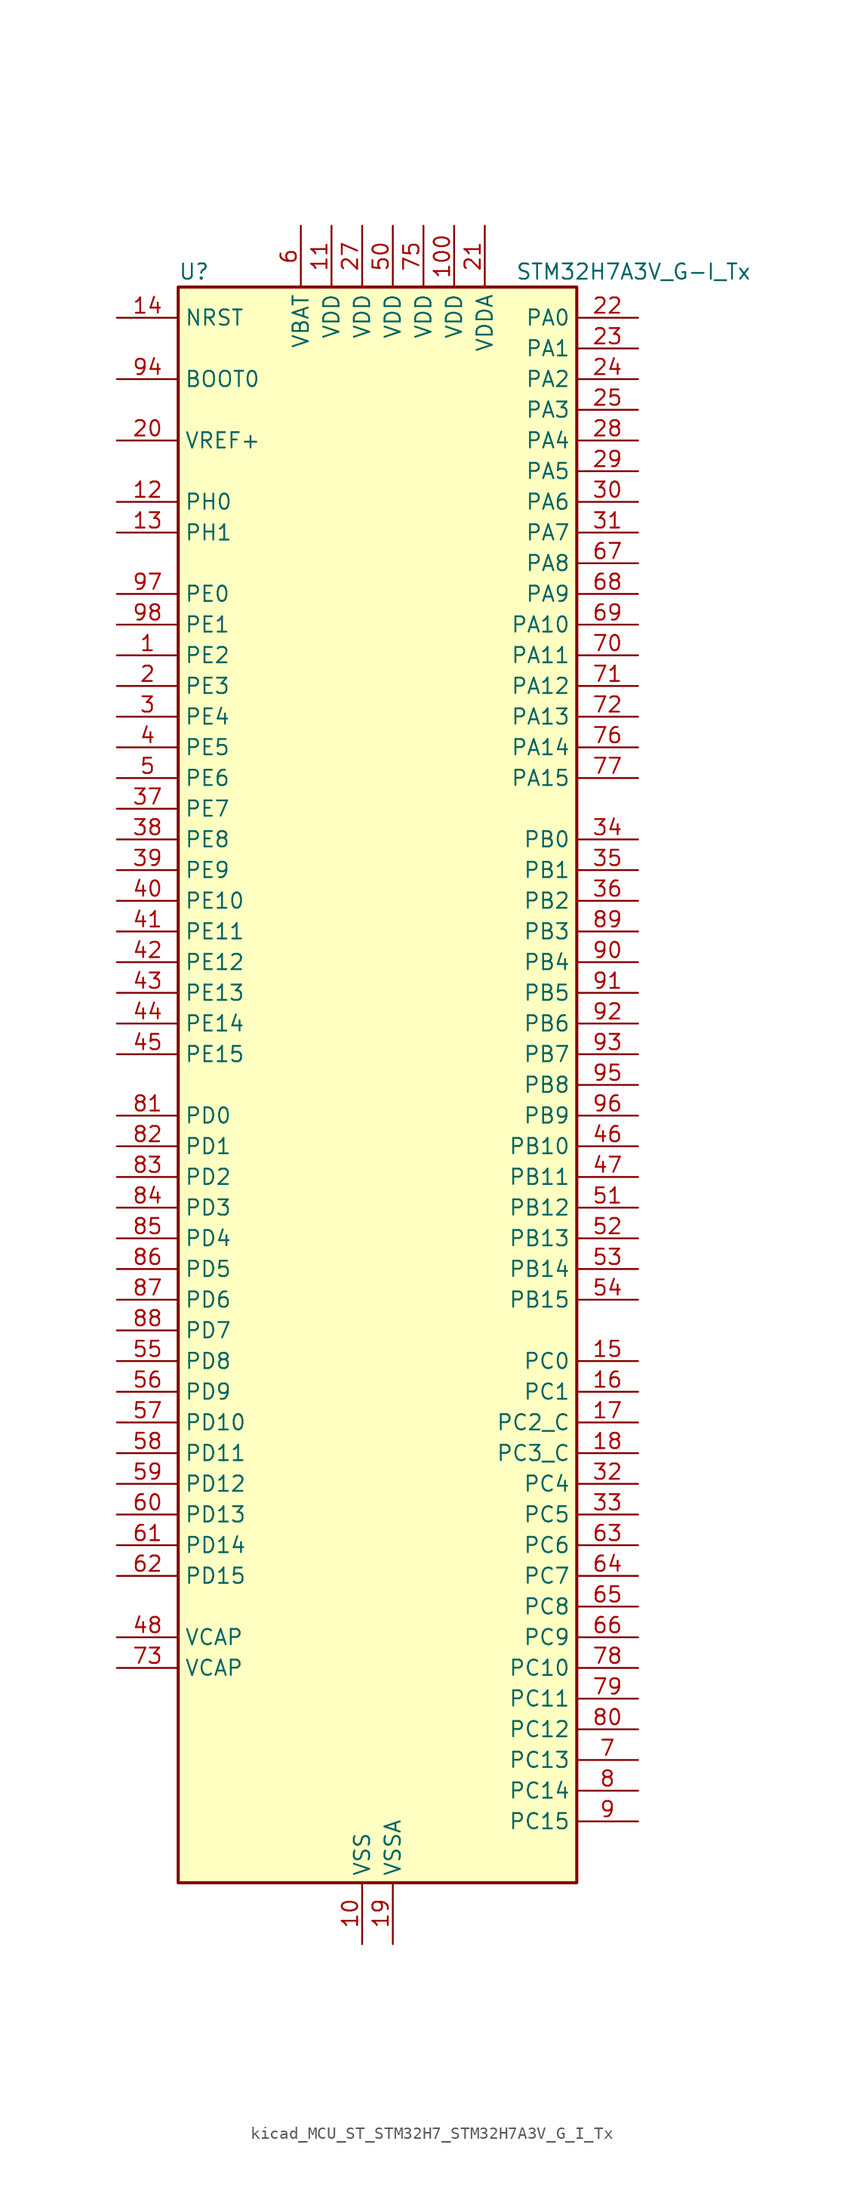
<source format=kicad_sym>
(kicad_symbol_lib
  (version 20220914)
  (generator kicad_symbol_editor)
  (symbol "kicad_MCU_ST_STM32H7_STM32H7A3V_G_I_Tx"
    (property "Reference" "U"
      (at -15.24 67.31 0)
      (effects (font (size 1.27 1.27)) (justify left)))
    (property "Value" "STM32H7A3V_G-I_Tx"
      (at 12.7 67.31 0)
      (effects (font (size 1.27 1.27)) (justify left)))
    (property "ki_locked" ""
      (at 0 0 0)
      (effects (font (size 1.27 1.27))))
    (symbol "kicad_MCU_ST_STM32H7_STM32H7A3V_G_I_Tx_0_1"
      (rectangle (start -15.24 -66.04) (end 17.78 66.04) (stroke (width 0.254) (type default)) (fill (type background))))
    (symbol "kicad_MCU_ST_STM32H7_STM32H7A3V_G_I_Tx_1_1"
      (pin bidirectional line (at -20.32 35.56 0) (length 5.08) (name "PE2" (effects (font (size 1.27 1.27)))) (number "1" (effects (font (size 1.27 1.27)))) (alternate "DEBUG_TRACECLK" bidirectional line) (alternate "FMC_A23" bidirectional line) (alternate "OCTOSPIM_P1_IO2" bidirectional line) (alternate "SAI1_CK1" bidirectional line) (alternate "SAI1_MCLK_A" bidirectional line) (alternate "SPI4_SCK" bidirectional line) (alternate "USART10_RX" bidirectional line))
      (pin power_in line (at 0 -71.12 90) (length 5.08) (name "VSS" (effects (font (size 1.27 1.27)))) (number "10" (effects (font (size 1.27 1.27)))))
      (pin power_in line (at 7.62 71.12 270) (length 5.08) (name "VDD" (effects (font (size 1.27 1.27)))) (number "100" (effects (font (size 1.27 1.27)))))
      (pin power_in line (at -2.54 71.12 270) (length 5.08) (name "VDD" (effects (font (size 1.27 1.27)))) (number "11" (effects (font (size 1.27 1.27)))))
      (pin bidirectional line (at -20.32 48.26 0) (length 5.08) (name "PH0" (effects (font (size 1.27 1.27)))) (number "12" (effects (font (size 1.27 1.27)))) (alternate "RCC_OSC_IN" bidirectional line))
      (pin bidirectional line (at -20.32 45.72 0) (length 5.08) (name "PH1" (effects (font (size 1.27 1.27)))) (number "13" (effects (font (size 1.27 1.27)))) (alternate "RCC_OSC_OUT" bidirectional line))
      (pin input line (at -20.32 63.5 0) (length 5.08) (name "NRST" (effects (font (size 1.27 1.27)))) (number "14" (effects (font (size 1.27 1.27)))))
      (pin bidirectional line (at 22.86 -22.86 180) (length 5.08) (name "PC0" (effects (font (size 1.27 1.27)))) (number "15" (effects (font (size 1.27 1.27)))) (alternate "ADC1_INP10" bidirectional line) (alternate "ADC2_INP10" bidirectional line) (alternate "DFSDM1_CKIN0" bidirectional line) (alternate "DFSDM1_DATIN4" bidirectional line) (alternate "FMC_A25" bidirectional line) (alternate "FMC_SDNWE" bidirectional line) (alternate "LTDC_G2" bidirectional line) (alternate "LTDC_R5" bidirectional line) (alternate "SAI2_FS_B" bidirectional line) (alternate "USB_OTG_HS_ULPI_STP" bidirectional line))
      (pin bidirectional line (at 22.86 -25.4 180) (length 5.08) (name "PC1" (effects (font (size 1.27 1.27)))) (number "16" (effects (font (size 1.27 1.27)))) (alternate "ADC1_INN10" bidirectional line) (alternate "ADC1_INP11" bidirectional line) (alternate "ADC2_INN10" bidirectional line) (alternate "ADC2_INP11" bidirectional line) (alternate "DEBUG_TRACED0" bidirectional line) (alternate "DFSDM1_CKIN4" bidirectional line) (alternate "DFSDM1_DATIN0" bidirectional line) (alternate "I2S2_SDO" bidirectional line) (alternate "LTDC_G5" bidirectional line) (alternate "MDIOS_MDC" bidirectional line) (alternate "OCTOSPIM_P1_IO4" bidirectional line) (alternate "PWR_WKUP6" bidirectional line) (alternate "RTC_TAMP3" bidirectional line) (alternate "SAI1_D1" bidirectional line) (alternate "SAI1_SD_A" bidirectional line) (alternate "SDMMC2_CK" bidirectional line) (alternate "SPI2_MOSI" bidirectional line))
      (pin bidirectional line (at 22.86 -27.94 180) (length 5.08) (name "PC2_C" (effects (font (size 1.27 1.27)))) (number "17" (effects (font (size 1.27 1.27)))) (alternate "ADC2_INN1" bidirectional line) (alternate "ADC2_INP0" bidirectional line) (alternate "DFSDM1_CKIN1" bidirectional line) (alternate "DFSDM1_CKOUT" bidirectional line) (alternate "FMC_SDNE0" bidirectional line) (alternate "I2S2_SDI" bidirectional line) (alternate "OCTOSPIM_P1_IO2" bidirectional line) (alternate "OCTOSPIM_P1_IO5" bidirectional line) (alternate "PWR_CSTOP" bidirectional line) (alternate "SPI2_MISO" bidirectional line) (alternate "USB_OTG_HS_ULPI_DIR" bidirectional line))
      (pin bidirectional line (at 22.86 -30.48 180) (length 5.08) (name "PC3_C" (effects (font (size 1.27 1.27)))) (number "18" (effects (font (size 1.27 1.27)))) (alternate "ADC2_INP1" bidirectional line) (alternate "DFSDM1_DATIN1" bidirectional line) (alternate "FMC_SDCKE0" bidirectional line) (alternate "I2S2_SDO" bidirectional line) (alternate "OCTOSPIM_P1_IO0" bidirectional line) (alternate "OCTOSPIM_P1_IO6" bidirectional line) (alternate "PWR_CSLEEP" bidirectional line) (alternate "SPI2_MOSI" bidirectional line) (alternate "USB_OTG_HS_ULPI_NXT" bidirectional line))
      (pin power_in line (at 2.54 -71.12 90) (length 5.08) (name "VSSA" (effects (font (size 1.27 1.27)))) (number "19" (effects (font (size 1.27 1.27)))))
      (pin bidirectional line (at -20.32 33.02 0) (length 5.08) (name "PE3" (effects (font (size 1.27 1.27)))) (number "2" (effects (font (size 1.27 1.27)))) (alternate "DEBUG_TRACED0" bidirectional line) (alternate "FMC_A19" bidirectional line) (alternate "SAI1_SD_B" bidirectional line) (alternate "TIM15_BKIN" bidirectional line) (alternate "USART10_TX" bidirectional line))
      (pin input line (at -20.32 53.34 0) (length 5.08) (name "VREF+" (effects (font (size 1.27 1.27)))) (number "20" (effects (font (size 1.27 1.27)))) (alternate "VREFBUF_OUT" bidirectional line))
      (pin power_in line (at 10.16 71.12 270) (length 5.08) (name "VDDA" (effects (font (size 1.27 1.27)))) (number "21" (effects (font (size 1.27 1.27)))))
      (pin bidirectional line (at 22.86 63.5 180) (length 5.08) (name "PA0" (effects (font (size 1.27 1.27)))) (number "22" (effects (font (size 1.27 1.27)))) (alternate "ADC1_INP16" bidirectional line) (alternate "I2S6_WS" bidirectional line) (alternate "PWR_WKUP1" bidirectional line) (alternate "SAI2_SD_B" bidirectional line) (alternate "SDMMC2_CMD" bidirectional line) (alternate "SPI6_NSS" bidirectional line) (alternate "TIM15_BKIN" bidirectional line) (alternate "TIM2_CH1" bidirectional line) (alternate "TIM2_ETR" bidirectional line) (alternate "TIM5_CH1" bidirectional line) (alternate "TIM8_ETR" bidirectional line) (alternate "UART4_TX" bidirectional line) (alternate "USART2_CTS" bidirectional line) (alternate "USART2_NSS" bidirectional line))
      (pin bidirectional line (at 22.86 60.96 180) (length 5.08) (name "PA1" (effects (font (size 1.27 1.27)))) (number "23" (effects (font (size 1.27 1.27)))) (alternate "ADC1_INN16" bidirectional line) (alternate "ADC1_INP17" bidirectional line) (alternate "LPTIM3_OUT" bidirectional line) (alternate "LTDC_R2" bidirectional line) (alternate "OCTOSPIM_P1_DQS" bidirectional line) (alternate "OCTOSPIM_P1_IO3" bidirectional line) (alternate "SAI2_MCLK_B" bidirectional line) (alternate "TIM15_CH1N" bidirectional line) (alternate "TIM2_CH2" bidirectional line) (alternate "TIM5_CH2" bidirectional line) (alternate "UART4_RX" bidirectional line) (alternate "USART2_DE" bidirectional line) (alternate "USART2_RTS" bidirectional line))
      (pin bidirectional line (at 22.86 58.42 180) (length 5.08) (name "PA2" (effects (font (size 1.27 1.27)))) (number "24" (effects (font (size 1.27 1.27)))) (alternate "ADC1_INP14" bidirectional line) (alternate "DFSDM2_CKIN1" bidirectional line) (alternate "LTDC_R1" bidirectional line) (alternate "MDIOS_MDIO" bidirectional line) (alternate "PWR_WKUP2" bidirectional line) (alternate "SAI2_SCK_B" bidirectional line) (alternate "TIM15_CH1" bidirectional line) (alternate "TIM2_CH3" bidirectional line) (alternate "TIM5_CH3" bidirectional line) (alternate "USART2_TX" bidirectional line))
      (pin bidirectional line (at 22.86 55.88 180) (length 5.08) (name "PA3" (effects (font (size 1.27 1.27)))) (number "25" (effects (font (size 1.27 1.27)))) (alternate "ADC1_INP15" bidirectional line) (alternate "I2S6_MCK" bidirectional line) (alternate "LTDC_B2" bidirectional line) (alternate "LTDC_B5" bidirectional line) (alternate "OCTOSPIM_P1_CLK" bidirectional line) (alternate "TIM15_CH2" bidirectional line) (alternate "TIM2_CH4" bidirectional line) (alternate "TIM5_CH4" bidirectional line) (alternate "USART2_RX" bidirectional line) (alternate "USB_OTG_HS_ULPI_D0" bidirectional line))
      (pin passive line (at 0 -71.12 90) (length 5.08) hide (name "VSS" (effects (font (size 1.27 1.27)))) (number "26" (effects (font (size 1.27 1.27)))))
      (pin power_in line (at 0 71.12 270) (length 5.08) (name "VDD" (effects (font (size 1.27 1.27)))) (number "27" (effects (font (size 1.27 1.27)))))
      (pin bidirectional line (at 22.86 53.34 180) (length 5.08) (name "PA4" (effects (font (size 1.27 1.27)))) (number "28" (effects (font (size 1.27 1.27)))) (alternate "ADC1_INP18" bidirectional line) (alternate "DAC1_OUT1" bidirectional line) (alternate "DCMI_HSYNC" bidirectional line) (alternate "I2S1_WS" bidirectional line) (alternate "I2S3_WS" bidirectional line) (alternate "I2S6_WS" bidirectional line) (alternate "LTDC_VSYNC" bidirectional line) (alternate "PSSI_DE" bidirectional line) (alternate "SPI1_NSS" bidirectional line) (alternate "SPI3_NSS" bidirectional line) (alternate "SPI6_NSS" bidirectional line) (alternate "TIM5_ETR" bidirectional line) (alternate "USART2_CK" bidirectional line))
      (pin bidirectional line (at 22.86 50.8 180) (length 5.08) (name "PA5" (effects (font (size 1.27 1.27)))) (number "29" (effects (font (size 1.27 1.27)))) (alternate "ADC1_INN18" bidirectional line) (alternate "ADC1_INP19" bidirectional line) (alternate "DAC1_OUT2" bidirectional line) (alternate "I2S1_CK" bidirectional line) (alternate "I2S6_CK" bidirectional line) (alternate "LTDC_R4" bidirectional line) (alternate "PSSI_D14" bidirectional line) (alternate "PWR_NDSTOP2" bidirectional line) (alternate "SPI1_SCK" bidirectional line) (alternate "SPI6_SCK" bidirectional line) (alternate "TIM2_CH1" bidirectional line) (alternate "TIM2_ETR" bidirectional line) (alternate "TIM8_CH1N" bidirectional line) (alternate "USB_OTG_HS_ULPI_CK" bidirectional line))
      (pin bidirectional line (at -20.32 30.48 0) (length 5.08) (name "PE4" (effects (font (size 1.27 1.27)))) (number "3" (effects (font (size 1.27 1.27)))) (alternate "DCMI_D4" bidirectional line) (alternate "DEBUG_TRACED1" bidirectional line) (alternate "DFSDM1_DATIN3" bidirectional line) (alternate "FMC_A20" bidirectional line) (alternate "LTDC_B0" bidirectional line) (alternate "PSSI_D4" bidirectional line) (alternate "SAI1_D2" bidirectional line) (alternate "SAI1_FS_A" bidirectional line) (alternate "SPI4_NSS" bidirectional line) (alternate "TIM15_CH1N" bidirectional line))
      (pin bidirectional line (at 22.86 48.26 180) (length 5.08) (name "PA6" (effects (font (size 1.27 1.27)))) (number "30" (effects (font (size 1.27 1.27)))) (alternate "ADC1_INP3" bidirectional line) (alternate "ADC2_INP3" bidirectional line) (alternate "DAC2_OUT1" bidirectional line) (alternate "DCMI_PIXCLK" bidirectional line) (alternate "I2S1_SDI" bidirectional line) (alternate "I2S6_SDI" bidirectional line) (alternate "LTDC_G2" bidirectional line) (alternate "MDIOS_MDC" bidirectional line) (alternate "OCTOSPIM_P1_IO3" bidirectional line) (alternate "PSSI_PDCK" bidirectional line) (alternate "SPI1_MISO" bidirectional line) (alternate "SPI6_MISO" bidirectional line) (alternate "TIM13_CH1" bidirectional line) (alternate "TIM1_BKIN" bidirectional line) (alternate "TIM1_BKIN_COMP1" bidirectional line) (alternate "TIM1_BKIN_COMP2" bidirectional line) (alternate "TIM3_CH1" bidirectional line) (alternate "TIM8_BKIN" bidirectional line) (alternate "TIM8_BKIN_COMP1" bidirectional line) (alternate "TIM8_BKIN_COMP2" bidirectional line))
      (pin bidirectional line (at 22.86 45.72 180) (length 5.08) (name "PA7" (effects (font (size 1.27 1.27)))) (number "31" (effects (font (size 1.27 1.27)))) (alternate "ADC1_INN3" bidirectional line) (alternate "ADC1_INP7" bidirectional line) (alternate "ADC2_INN3" bidirectional line) (alternate "ADC2_INP7" bidirectional line) (alternate "DFSDM2_DATIN1" bidirectional line) (alternate "FMC_SDNWE" bidirectional line) (alternate "I2S1_SDO" bidirectional line) (alternate "I2S6_SDO" bidirectional line) (alternate "LTDC_VSYNC" bidirectional line) (alternate "OCTOSPIM_P1_IO2" bidirectional line) (alternate "OPAMP1_VINM" bidirectional line) (alternate "SPI1_MOSI" bidirectional line) (alternate "SPI6_MOSI" bidirectional line) (alternate "TIM14_CH1" bidirectional line) (alternate "TIM1_CH1N" bidirectional line) (alternate "TIM3_CH2" bidirectional line) (alternate "TIM8_CH1N" bidirectional line))
      (pin bidirectional line (at 22.86 -33.02 180) (length 5.08) (name "PC4" (effects (font (size 1.27 1.27)))) (number "32" (effects (font (size 1.27 1.27)))) (alternate "ADC1_INP4" bidirectional line) (alternate "ADC2_INP4" bidirectional line) (alternate "COMP1_INM" bidirectional line) (alternate "DFSDM1_CKIN2" bidirectional line) (alternate "FMC_SDNE0" bidirectional line) (alternate "I2S1_MCK" bidirectional line) (alternate "LTDC_R7" bidirectional line) (alternate "OPAMP1_VOUT" bidirectional line) (alternate "SPDIFRX_IN2" bidirectional line))
      (pin bidirectional line (at 22.86 -35.56 180) (length 5.08) (name "PC5" (effects (font (size 1.27 1.27)))) (number "33" (effects (font (size 1.27 1.27)))) (alternate "ADC1_INN4" bidirectional line) (alternate "ADC1_INP8" bidirectional line) (alternate "ADC2_INN4" bidirectional line) (alternate "ADC2_INP8" bidirectional line) (alternate "COMP1_OUT" bidirectional line) (alternate "DFSDM1_DATIN2" bidirectional line) (alternate "FMC_SDCKE0" bidirectional line) (alternate "LTDC_DE" bidirectional line) (alternate "OCTOSPIM_P1_DQS" bidirectional line) (alternate "OPAMP1_VINM" bidirectional line) (alternate "PSSI_D15" bidirectional line) (alternate "SAI1_D3" bidirectional line) (alternate "SPDIFRX_IN3" bidirectional line))
      (pin bidirectional line (at 22.86 20.32 180) (length 5.08) (name "PB0" (effects (font (size 1.27 1.27)))) (number "34" (effects (font (size 1.27 1.27)))) (alternate "ADC1_INN5" bidirectional line) (alternate "ADC1_INP9" bidirectional line) (alternate "ADC2_INN5" bidirectional line) (alternate "ADC2_INP9" bidirectional line) (alternate "COMP1_INP" bidirectional line) (alternate "DFSDM1_CKOUT" bidirectional line) (alternate "DFSDM2_CKOUT" bidirectional line) (alternate "LTDC_G1" bidirectional line) (alternate "LTDC_R3" bidirectional line) (alternate "OCTOSPIM_P1_IO1" bidirectional line) (alternate "OPAMP1_VINP" bidirectional line) (alternate "TIM1_CH2N" bidirectional line) (alternate "TIM3_CH3" bidirectional line) (alternate "TIM8_CH2N" bidirectional line) (alternate "UART4_CTS" bidirectional line) (alternate "USB_OTG_HS_ULPI_D1" bidirectional line))
      (pin bidirectional line (at 22.86 17.78 180) (length 5.08) (name "PB1" (effects (font (size 1.27 1.27)))) (number "35" (effects (font (size 1.27 1.27)))) (alternate "ADC1_INP5" bidirectional line) (alternate "ADC2_INP5" bidirectional line) (alternate "COMP1_INM" bidirectional line) (alternate "DFSDM1_DATIN1" bidirectional line) (alternate "LTDC_G0" bidirectional line) (alternate "LTDC_R6" bidirectional line) (alternate "OCTOSPIM_P1_IO0" bidirectional line) (alternate "TIM1_CH3N" bidirectional line) (alternate "TIM3_CH4" bidirectional line) (alternate "TIM8_CH3N" bidirectional line) (alternate "USB_OTG_HS_ULPI_D2" bidirectional line))
      (pin bidirectional line (at 22.86 15.24 180) (length 5.08) (name "PB2" (effects (font (size 1.27 1.27)))) (number "36" (effects (font (size 1.27 1.27)))) (alternate "COMP1_INP" bidirectional line) (alternate "DFSDM1_CKIN1" bidirectional line) (alternate "I2S3_SDO" bidirectional line) (alternate "OCTOSPIM_P1_CLK" bidirectional line) (alternate "OCTOSPIM_P1_DQS" bidirectional line) (alternate "RTC_OUT_ALARM" bidirectional line) (alternate "RTC_OUT_CALIB" bidirectional line) (alternate "SAI1_D1" bidirectional line) (alternate "SAI1_SD_A" bidirectional line) (alternate "SPI3_MOSI" bidirectional line))
      (pin bidirectional line (at -20.32 22.86 0) (length 5.08) (name "PE7" (effects (font (size 1.27 1.27)))) (number "37" (effects (font (size 1.27 1.27)))) (alternate "COMP2_INM" bidirectional line) (alternate "DFSDM1_DATIN2" bidirectional line) (alternate "FMC_D4" bidirectional line) (alternate "FMC_DA4" bidirectional line) (alternate "OCTOSPIM_P1_IO4" bidirectional line) (alternate "OPAMP2_VOUT" bidirectional line) (alternate "TIM1_ETR" bidirectional line) (alternate "UART7_RX" bidirectional line))
      (pin bidirectional line (at -20.32 20.32 0) (length 5.08) (name "PE8" (effects (font (size 1.27 1.27)))) (number "38" (effects (font (size 1.27 1.27)))) (alternate "COMP2_OUT" bidirectional line) (alternate "DFSDM1_CKIN2" bidirectional line) (alternate "FMC_D5" bidirectional line) (alternate "FMC_DA5" bidirectional line) (alternate "OCTOSPIM_P1_IO5" bidirectional line) (alternate "OPAMP2_VINM" bidirectional line) (alternate "TIM1_CH1N" bidirectional line) (alternate "UART7_TX" bidirectional line))
      (pin bidirectional line (at -20.32 17.78 0) (length 5.08) (name "PE9" (effects (font (size 1.27 1.27)))) (number "39" (effects (font (size 1.27 1.27)))) (alternate "COMP2_INP" bidirectional line) (alternate "DAC1_EXTI9" bidirectional line) (alternate "DFSDM1_CKOUT" bidirectional line) (alternate "FMC_D6" bidirectional line) (alternate "FMC_DA6" bidirectional line) (alternate "OCTOSPIM_P1_IO6" bidirectional line) (alternate "OPAMP2_VINP" bidirectional line) (alternate "TIM1_CH1" bidirectional line) (alternate "UART7_DE" bidirectional line) (alternate "UART7_RTS" bidirectional line))
      (pin bidirectional line (at -20.32 27.94 0) (length 5.08) (name "PE5" (effects (font (size 1.27 1.27)))) (number "4" (effects (font (size 1.27 1.27)))) (alternate "DCMI_D6" bidirectional line) (alternate "DEBUG_TRACED2" bidirectional line) (alternate "DFSDM1_CKIN3" bidirectional line) (alternate "FMC_A21" bidirectional line) (alternate "LTDC_G0" bidirectional line) (alternate "PSSI_D6" bidirectional line) (alternate "SAI1_CK2" bidirectional line) (alternate "SAI1_SCK_A" bidirectional line) (alternate "SPI4_MISO" bidirectional line) (alternate "TIM15_CH1" bidirectional line))
      (pin bidirectional line (at -20.32 15.24 0) (length 5.08) (name "PE10" (effects (font (size 1.27 1.27)))) (number "40" (effects (font (size 1.27 1.27)))) (alternate "COMP2_INM" bidirectional line) (alternate "DFSDM1_DATIN4" bidirectional line) (alternate "FMC_D7" bidirectional line) (alternate "FMC_DA7" bidirectional line) (alternate "OCTOSPIM_P1_IO7" bidirectional line) (alternate "TIM1_CH2N" bidirectional line) (alternate "UART7_CTS" bidirectional line))
      (pin bidirectional line (at -20.32 12.7 0) (length 5.08) (name "PE11" (effects (font (size 1.27 1.27)))) (number "41" (effects (font (size 1.27 1.27)))) (alternate "ADC1_EXTI11" bidirectional line) (alternate "ADC2_EXTI11" bidirectional line) (alternate "COMP2_INP" bidirectional line) (alternate "DFSDM1_CKIN4" bidirectional line) (alternate "FMC_D8" bidirectional line) (alternate "FMC_DA8" bidirectional line) (alternate "LTDC_G3" bidirectional line) (alternate "OCTOSPIM_P1_NCS" bidirectional line) (alternate "SAI2_SD_B" bidirectional line) (alternate "SPI4_NSS" bidirectional line) (alternate "TIM1_CH2" bidirectional line))
      (pin bidirectional line (at -20.32 10.16 0) (length 5.08) (name "PE12" (effects (font (size 1.27 1.27)))) (number "42" (effects (font (size 1.27 1.27)))) (alternate "COMP1_OUT" bidirectional line) (alternate "DFSDM1_DATIN5" bidirectional line) (alternate "FMC_D9" bidirectional line) (alternate "FMC_DA9" bidirectional line) (alternate "LTDC_B4" bidirectional line) (alternate "SAI2_SCK_B" bidirectional line) (alternate "SPI4_SCK" bidirectional line) (alternate "TIM1_CH3N" bidirectional line))
      (pin bidirectional line (at -20.32 7.62 0) (length 5.08) (name "PE13" (effects (font (size 1.27 1.27)))) (number "43" (effects (font (size 1.27 1.27)))) (alternate "COMP2_OUT" bidirectional line) (alternate "DFSDM1_CKIN5" bidirectional line) (alternate "FMC_D10" bidirectional line) (alternate "FMC_DA10" bidirectional line) (alternate "LTDC_DE" bidirectional line) (alternate "SAI2_FS_B" bidirectional line) (alternate "SPI4_MISO" bidirectional line) (alternate "TIM1_CH3" bidirectional line))
      (pin bidirectional line (at -20.32 5.08 0) (length 5.08) (name "PE14" (effects (font (size 1.27 1.27)))) (number "44" (effects (font (size 1.27 1.27)))) (alternate "FMC_D11" bidirectional line) (alternate "FMC_DA11" bidirectional line) (alternate "LTDC_CLK" bidirectional line) (alternate "SAI2_MCLK_B" bidirectional line) (alternate "SPI4_MOSI" bidirectional line) (alternate "TIM1_CH4" bidirectional line))
      (pin bidirectional line (at -20.32 2.54 0) (length 5.08) (name "PE15" (effects (font (size 1.27 1.27)))) (number "45" (effects (font (size 1.27 1.27)))) (alternate "ADC1_EXTI15" bidirectional line) (alternate "ADC2_EXTI15" bidirectional line) (alternate "FMC_D12" bidirectional line) (alternate "FMC_DA12" bidirectional line) (alternate "LTDC_R7" bidirectional line) (alternate "TIM1_BKIN" bidirectional line) (alternate "TIM1_BKIN_COMP1" bidirectional line) (alternate "TIM1_BKIN_COMP2" bidirectional line) (alternate "USART10_CK" bidirectional line))
      (pin bidirectional line (at 22.86 -5.08 180) (length 5.08) (name "PB10" (effects (font (size 1.27 1.27)))) (number "46" (effects (font (size 1.27 1.27)))) (alternate "DFSDM1_DATIN7" bidirectional line) (alternate "I2C2_SCL" bidirectional line) (alternate "I2S2_CK" bidirectional line) (alternate "LPTIM2_IN1" bidirectional line) (alternate "LTDC_G4" bidirectional line) (alternate "OCTOSPIM_P1_NCS" bidirectional line) (alternate "SPI2_SCK" bidirectional line) (alternate "TIM2_CH3" bidirectional line) (alternate "USART3_TX" bidirectional line) (alternate "USB_OTG_HS_ULPI_D3" bidirectional line))
      (pin bidirectional line (at 22.86 -7.62 180) (length 5.08) (name "PB11" (effects (font (size 1.27 1.27)))) (number "47" (effects (font (size 1.27 1.27)))) (alternate "ADC1_EXTI11" bidirectional line) (alternate "ADC2_EXTI11" bidirectional line) (alternate "DFSDM1_CKIN7" bidirectional line) (alternate "I2C2_SDA" bidirectional line) (alternate "LPTIM2_ETR" bidirectional line) (alternate "LTDC_G5" bidirectional line) (alternate "TIM2_CH4" bidirectional line) (alternate "USART3_RX" bidirectional line) (alternate "USB_OTG_HS_ULPI_D4" bidirectional line))
      (pin power_out line (at -20.32 -45.72 0) (length 5.08) (name "VCAP" (effects (font (size 1.27 1.27)))) (number "48" (effects (font (size 1.27 1.27)))))
      (pin passive line (at 0 -71.12 90) (length 5.08) hide (name "VSS" (effects (font (size 1.27 1.27)))) (number "49" (effects (font (size 1.27 1.27)))))
      (pin bidirectional line (at -20.32 25.4 0) (length 5.08) (name "PE6" (effects (font (size 1.27 1.27)))) (number "5" (effects (font (size 1.27 1.27)))) (alternate "DCMI_D7" bidirectional line) (alternate "DEBUG_TRACED3" bidirectional line) (alternate "FMC_A22" bidirectional line) (alternate "LTDC_G1" bidirectional line) (alternate "PSSI_D7" bidirectional line) (alternate "SAI1_D1" bidirectional line) (alternate "SAI1_SD_A" bidirectional line) (alternate "SAI2_MCLK_B" bidirectional line) (alternate "SPI4_MOSI" bidirectional line) (alternate "TIM15_CH2" bidirectional line) (alternate "TIM1_BKIN2" bidirectional line) (alternate "TIM1_BKIN2_COMP1" bidirectional line) (alternate "TIM1_BKIN2_COMP2" bidirectional line))
      (pin power_in line (at 2.54 71.12 270) (length 5.08) (name "VDD" (effects (font (size 1.27 1.27)))) (number "50" (effects (font (size 1.27 1.27)))))
      (pin bidirectional line (at 22.86 -10.16 180) (length 5.08) (name "PB12" (effects (font (size 1.27 1.27)))) (number "51" (effects (font (size 1.27 1.27)))) (alternate "DFSDM1_DATIN1" bidirectional line) (alternate "DFSDM2_DATIN1" bidirectional line) (alternate "FDCAN2_RX" bidirectional line) (alternate "I2C2_SMBA" bidirectional line) (alternate "I2S2_WS" bidirectional line) (alternate "OCTOSPIM_P1_NCLK" bidirectional line) (alternate "SPI2_NSS" bidirectional line) (alternate "TIM1_BKIN" bidirectional line) (alternate "TIM1_BKIN_COMP1" bidirectional line) (alternate "TIM1_BKIN_COMP2" bidirectional line) (alternate "UART5_RX" bidirectional line) (alternate "USART3_CK" bidirectional line) (alternate "USB_OTG_HS_ULPI_D5" bidirectional line))
      (pin bidirectional line (at 22.86 -12.7 180) (length 5.08) (name "PB13" (effects (font (size 1.27 1.27)))) (number "52" (effects (font (size 1.27 1.27)))) (alternate "DCMI_D2" bidirectional line) (alternate "DFSDM1_CKIN1" bidirectional line) (alternate "DFSDM2_CKIN1" bidirectional line) (alternate "FDCAN2_TX" bidirectional line) (alternate "I2S2_CK" bidirectional line) (alternate "LPTIM2_OUT" bidirectional line) (alternate "PSSI_D2" bidirectional line) (alternate "SDMMC1_D0" bidirectional line) (alternate "SPI2_SCK" bidirectional line) (alternate "TIM1_CH1N" bidirectional line) (alternate "UART5_TX" bidirectional line) (alternate "USART3_CTS" bidirectional line) (alternate "USART3_NSS" bidirectional line) (alternate "USB_OTG_HS_ULPI_D6" bidirectional line))
      (pin bidirectional line (at 22.86 -15.24 180) (length 5.08) (name "PB14" (effects (font (size 1.27 1.27)))) (number "53" (effects (font (size 1.27 1.27)))) (alternate "DFSDM1_DATIN2" bidirectional line) (alternate "I2S2_SDI" bidirectional line) (alternate "LTDC_CLK" bidirectional line) (alternate "SDMMC2_D0" bidirectional line) (alternate "SPI2_MISO" bidirectional line) (alternate "TIM12_CH1" bidirectional line) (alternate "TIM1_CH2N" bidirectional line) (alternate "TIM8_CH2N" bidirectional line) (alternate "UART4_DE" bidirectional line) (alternate "UART4_RTS" bidirectional line) (alternate "USART1_TX" bidirectional line) (alternate "USART3_DE" bidirectional line) (alternate "USART3_RTS" bidirectional line))
      (pin bidirectional line (at 22.86 -17.78 180) (length 5.08) (name "PB15" (effects (font (size 1.27 1.27)))) (number "54" (effects (font (size 1.27 1.27)))) (alternate "ADC1_EXTI15" bidirectional line) (alternate "ADC2_EXTI15" bidirectional line) (alternate "DFSDM1_CKIN2" bidirectional line) (alternate "I2S2_SDO" bidirectional line) (alternate "LTDC_G7" bidirectional line) (alternate "RTC_REFIN" bidirectional line) (alternate "SDMMC2_D1" bidirectional line) (alternate "SPI2_MOSI" bidirectional line) (alternate "TIM12_CH2" bidirectional line) (alternate "TIM1_CH3N" bidirectional line) (alternate "TIM8_CH3N" bidirectional line) (alternate "UART4_CTS" bidirectional line) (alternate "USART1_RX" bidirectional line))
      (pin bidirectional line (at -20.32 -22.86 0) (length 5.08) (name "PD8" (effects (font (size 1.27 1.27)))) (number "55" (effects (font (size 1.27 1.27)))) (alternate "DFSDM1_CKIN3" bidirectional line) (alternate "FMC_D13" bidirectional line) (alternate "FMC_DA13" bidirectional line) (alternate "SPDIFRX_IN1" bidirectional line) (alternate "USART3_TX" bidirectional line))
      (pin bidirectional line (at -20.32 -25.4 0) (length 5.08) (name "PD9" (effects (font (size 1.27 1.27)))) (number "56" (effects (font (size 1.27 1.27)))) (alternate "DAC1_EXTI9" bidirectional line) (alternate "DFSDM1_DATIN3" bidirectional line) (alternate "FMC_D14" bidirectional line) (alternate "FMC_DA14" bidirectional line) (alternate "USART3_RX" bidirectional line))
      (pin bidirectional line (at -20.32 -27.94 0) (length 5.08) (name "PD10" (effects (font (size 1.27 1.27)))) (number "57" (effects (font (size 1.27 1.27)))) (alternate "DFSDM1_CKOUT" bidirectional line) (alternate "DFSDM2_CKOUT" bidirectional line) (alternate "FMC_D15" bidirectional line) (alternate "FMC_DA15" bidirectional line) (alternate "LTDC_B3" bidirectional line) (alternate "USART3_CK" bidirectional line))
      (pin bidirectional line (at -20.32 -30.48 0) (length 5.08) (name "PD11" (effects (font (size 1.27 1.27)))) (number "58" (effects (font (size 1.27 1.27)))) (alternate "ADC1_EXTI11" bidirectional line) (alternate "ADC2_EXTI11" bidirectional line) (alternate "FMC_A16" bidirectional line) (alternate "FMC_CLE" bidirectional line) (alternate "I2C4_SMBA" bidirectional line) (alternate "LPTIM2_IN2" bidirectional line) (alternate "OCTOSPIM_P1_IO0" bidirectional line) (alternate "SAI2_SD_A" bidirectional line) (alternate "USART3_CTS" bidirectional line) (alternate "USART3_NSS" bidirectional line))
      (pin bidirectional line (at -20.32 -33.02 0) (length 5.08) (name "PD12" (effects (font (size 1.27 1.27)))) (number "59" (effects (font (size 1.27 1.27)))) (alternate "DCMI_D12" bidirectional line) (alternate "FMC_A17" bidirectional line) (alternate "FMC_ALE" bidirectional line) (alternate "I2C4_SCL" bidirectional line) (alternate "LPTIM1_IN1" bidirectional line) (alternate "LPTIM2_IN1" bidirectional line) (alternate "OCTOSPIM_P1_IO1" bidirectional line) (alternate "PSSI_D12" bidirectional line) (alternate "SAI2_FS_A" bidirectional line) (alternate "TIM4_CH1" bidirectional line) (alternate "USART3_DE" bidirectional line) (alternate "USART3_RTS" bidirectional line))
      (pin power_in line (at -5.08 71.12 270) (length 5.08) (name "VBAT" (effects (font (size 1.27 1.27)))) (number "6" (effects (font (size 1.27 1.27)))))
      (pin bidirectional line (at -20.32 -35.56 0) (length 5.08) (name "PD13" (effects (font (size 1.27 1.27)))) (number "60" (effects (font (size 1.27 1.27)))) (alternate "DCMI_D13" bidirectional line) (alternate "FMC_A18" bidirectional line) (alternate "I2C4_SDA" bidirectional line) (alternate "LPTIM1_OUT" bidirectional line) (alternate "OCTOSPIM_P1_IO3" bidirectional line) (alternate "PSSI_D13" bidirectional line) (alternate "SAI2_SCK_A" bidirectional line) (alternate "TIM4_CH2" bidirectional line) (alternate "UART9_DE" bidirectional line) (alternate "UART9_RTS" bidirectional line))
      (pin bidirectional line (at -20.32 -38.1 0) (length 5.08) (name "PD14" (effects (font (size 1.27 1.27)))) (number "61" (effects (font (size 1.27 1.27)))) (alternate "FMC_D0" bidirectional line) (alternate "FMC_DA0" bidirectional line) (alternate "TIM4_CH3" bidirectional line) (alternate "UART8_CTS" bidirectional line) (alternate "UART9_RX" bidirectional line))
      (pin bidirectional line (at -20.32 -40.64 0) (length 5.08) (name "PD15" (effects (font (size 1.27 1.27)))) (number "62" (effects (font (size 1.27 1.27)))) (alternate "ADC1_EXTI15" bidirectional line) (alternate "ADC2_EXTI15" bidirectional line) (alternate "FMC_D1" bidirectional line) (alternate "FMC_DA1" bidirectional line) (alternate "TIM4_CH4" bidirectional line) (alternate "UART8_DE" bidirectional line) (alternate "UART8_RTS" bidirectional line) (alternate "UART9_TX" bidirectional line))
      (pin bidirectional line (at 22.86 -38.1 180) (length 5.08) (name "PC6" (effects (font (size 1.27 1.27)))) (number "63" (effects (font (size 1.27 1.27)))) (alternate "DCMI_D0" bidirectional line) (alternate "DFSDM1_CKIN3" bidirectional line) (alternate "FMC_NWAIT" bidirectional line) (alternate "I2S2_MCK" bidirectional line) (alternate "LTDC_HSYNC" bidirectional line) (alternate "PSSI_D0" bidirectional line) (alternate "SDMMC1_D0DIR" bidirectional line) (alternate "SDMMC1_D6" bidirectional line) (alternate "SDMMC2_D6" bidirectional line) (alternate "SWPMI1_IO" bidirectional line) (alternate "TIM3_CH1" bidirectional line) (alternate "TIM8_CH1" bidirectional line) (alternate "USART6_TX" bidirectional line))
      (pin bidirectional line (at 22.86 -40.64 180) (length 5.08) (name "PC7" (effects (font (size 1.27 1.27)))) (number "64" (effects (font (size 1.27 1.27)))) (alternate "DCMI_D1" bidirectional line) (alternate "DEBUG_TRGIO" bidirectional line) (alternate "DFSDM1_DATIN3" bidirectional line) (alternate "FMC_NE1" bidirectional line) (alternate "I2S3_MCK" bidirectional line) (alternate "LTDC_G6" bidirectional line) (alternate "PSSI_D1" bidirectional line) (alternate "SDMMC1_D123DIR" bidirectional line) (alternate "SDMMC1_D7" bidirectional line) (alternate "SDMMC2_D7" bidirectional line) (alternate "SWPMI1_TX" bidirectional line) (alternate "TIM3_CH2" bidirectional line) (alternate "TIM8_CH2" bidirectional line) (alternate "USART6_RX" bidirectional line))
      (pin bidirectional line (at 22.86 -43.18 180) (length 5.08) (name "PC8" (effects (font (size 1.27 1.27)))) (number "65" (effects (font (size 1.27 1.27)))) (alternate "DCMI_D2" bidirectional line) (alternate "DEBUG_TRACED1" bidirectional line) (alternate "FMC_INT" bidirectional line) (alternate "FMC_NCE" bidirectional line) (alternate "FMC_NE2" bidirectional line) (alternate "PSSI_D2" bidirectional line) (alternate "SDMMC1_D0" bidirectional line) (alternate "SWPMI1_RX" bidirectional line) (alternate "TIM3_CH3" bidirectional line) (alternate "TIM8_CH3" bidirectional line) (alternate "UART5_DE" bidirectional line) (alternate "UART5_RTS" bidirectional line) (alternate "USART6_CK" bidirectional line))
      (pin bidirectional line (at 22.86 -45.72 180) (length 5.08) (name "PC9" (effects (font (size 1.27 1.27)))) (number "66" (effects (font (size 1.27 1.27)))) (alternate "DAC1_EXTI9" bidirectional line) (alternate "DCMI_D3" bidirectional line) (alternate "I2C3_SDA" bidirectional line) (alternate "I2S_CKIN" bidirectional line) (alternate "LTDC_B2" bidirectional line) (alternate "LTDC_G3" bidirectional line) (alternate "OCTOSPIM_P1_IO0" bidirectional line) (alternate "PSSI_D3" bidirectional line) (alternate "RCC_MCO_2" bidirectional line) (alternate "SDMMC1_D1" bidirectional line) (alternate "SWPMI1_SUSPEND" bidirectional line) (alternate "TIM3_CH4" bidirectional line) (alternate "TIM8_CH4" bidirectional line) (alternate "UART5_CTS" bidirectional line))
      (pin bidirectional line (at 22.86 43.18 180) (length 5.08) (name "PA8" (effects (font (size 1.27 1.27)))) (number "67" (effects (font (size 1.27 1.27)))) (alternate "I2C3_SCL" bidirectional line) (alternate "LTDC_B3" bidirectional line) (alternate "LTDC_R6" bidirectional line) (alternate "RCC_MCO_1" bidirectional line) (alternate "TIM1_CH1" bidirectional line) (alternate "TIM8_BKIN2" bidirectional line) (alternate "TIM8_BKIN2_COMP1" bidirectional line) (alternate "TIM8_BKIN2_COMP2" bidirectional line) (alternate "UART7_RX" bidirectional line) (alternate "USART1_CK" bidirectional line) (alternate "USB_OTG_HS_SOF" bidirectional line))
      (pin bidirectional line (at 22.86 40.64 180) (length 5.08) (name "PA9" (effects (font (size 1.27 1.27)))) (number "68" (effects (font (size 1.27 1.27)))) (alternate "DAC1_EXTI9" bidirectional line) (alternate "DCMI_D0" bidirectional line) (alternate "I2C3_SMBA" bidirectional line) (alternate "I2S2_CK" bidirectional line) (alternate "LPUART1_TX" bidirectional line) (alternate "LTDC_R5" bidirectional line) (alternate "PSSI_D0" bidirectional line) (alternate "SPI2_SCK" bidirectional line) (alternate "TIM1_CH2" bidirectional line) (alternate "USART1_TX" bidirectional line) (alternate "USB_OTG_HS_VBUS" bidirectional line))
      (pin bidirectional line (at 22.86 38.1 180) (length 5.08) (name "PA10" (effects (font (size 1.27 1.27)))) (number "69" (effects (font (size 1.27 1.27)))) (alternate "DCMI_D1" bidirectional line) (alternate "LPUART1_RX" bidirectional line) (alternate "LTDC_B1" bidirectional line) (alternate "LTDC_B4" bidirectional line) (alternate "MDIOS_MDIO" bidirectional line) (alternate "PSSI_D1" bidirectional line) (alternate "TIM1_CH3" bidirectional line) (alternate "USART1_RX" bidirectional line) (alternate "USB_OTG_HS_ID" bidirectional line))
      (pin bidirectional line (at 22.86 -55.88 180) (length 5.08) (name "PC13" (effects (font (size 1.27 1.27)))) (number "7" (effects (font (size 1.27 1.27)))) (alternate "PWR_WKUP4" bidirectional line) (alternate "RTC_OUT_ALARM" bidirectional line) (alternate "RTC_OUT_CALIB" bidirectional line) (alternate "RTC_TAMP1" bidirectional line) (alternate "RTC_TS" bidirectional line))
      (pin bidirectional line (at 22.86 35.56 180) (length 5.08) (name "PA11" (effects (font (size 1.27 1.27)))) (number "70" (effects (font (size 1.27 1.27)))) (alternate "ADC1_EXTI11" bidirectional line) (alternate "ADC2_EXTI11" bidirectional line) (alternate "FDCAN1_RX" bidirectional line) (alternate "I2S2_WS" bidirectional line) (alternate "LPUART1_CTS" bidirectional line) (alternate "LTDC_R4" bidirectional line) (alternate "SPI2_NSS" bidirectional line) (alternate "TIM1_CH4" bidirectional line) (alternate "UART4_RX" bidirectional line) (alternate "USART1_CTS" bidirectional line) (alternate "USART1_NSS" bidirectional line) (alternate "USB_OTG_HS_DM" bidirectional line))
      (pin bidirectional line (at 22.86 33.02 180) (length 5.08) (name "PA12" (effects (font (size 1.27 1.27)))) (number "71" (effects (font (size 1.27 1.27)))) (alternate "FDCAN1_TX" bidirectional line) (alternate "I2S2_CK" bidirectional line) (alternate "LPUART1_DE" bidirectional line) (alternate "LPUART1_RTS" bidirectional line) (alternate "LTDC_R5" bidirectional line) (alternate "SAI2_FS_B" bidirectional line) (alternate "SPI2_SCK" bidirectional line) (alternate "TIM1_ETR" bidirectional line) (alternate "UART4_TX" bidirectional line) (alternate "USART1_DE" bidirectional line) (alternate "USART1_RTS" bidirectional line) (alternate "USB_OTG_HS_DP" bidirectional line))
      (pin bidirectional line (at 22.86 30.48 180) (length 5.08) (name "PA13" (effects (font (size 1.27 1.27)))) (number "72" (effects (font (size 1.27 1.27)))) (alternate "DEBUG_JTMS-SWDIO" bidirectional line))
      (pin power_out line (at -20.32 -48.26 0) (length 5.08) (name "VCAP" (effects (font (size 1.27 1.27)))) (number "73" (effects (font (size 1.27 1.27)))))
      (pin passive line (at 0 -71.12 90) (length 5.08) hide (name "VSS" (effects (font (size 1.27 1.27)))) (number "74" (effects (font (size 1.27 1.27)))))
      (pin power_in line (at 5.08 71.12 270) (length 5.08) (name "VDD" (effects (font (size 1.27 1.27)))) (number "75" (effects (font (size 1.27 1.27)))))
      (pin bidirectional line (at 22.86 27.94 180) (length 5.08) (name "PA14" (effects (font (size 1.27 1.27)))) (number "76" (effects (font (size 1.27 1.27)))) (alternate "DEBUG_JTCK-SWCLK" bidirectional line))
      (pin bidirectional line (at 22.86 25.4 180) (length 5.08) (name "PA15" (effects (font (size 1.27 1.27)))) (number "77" (effects (font (size 1.27 1.27)))) (alternate "ADC1_EXTI15" bidirectional line) (alternate "ADC2_EXTI15" bidirectional line) (alternate "CEC" bidirectional line) (alternate "DEBUG_JTDI" bidirectional line) (alternate "I2S1_WS" bidirectional line) (alternate "I2S3_WS" bidirectional line) (alternate "I2S6_WS" bidirectional line) (alternate "LTDC_B6" bidirectional line) (alternate "LTDC_R3" bidirectional line) (alternate "SPI1_NSS" bidirectional line) (alternate "SPI3_NSS" bidirectional line) (alternate "SPI6_NSS" bidirectional line) (alternate "TIM2_CH1" bidirectional line) (alternate "TIM2_ETR" bidirectional line) (alternate "UART4_DE" bidirectional line) (alternate "UART4_RTS" bidirectional line) (alternate "UART7_TX" bidirectional line))
      (pin bidirectional line (at 22.86 -48.26 180) (length 5.08) (name "PC10" (effects (font (size 1.27 1.27)))) (number "78" (effects (font (size 1.27 1.27)))) (alternate "DCMI_D8" bidirectional line) (alternate "DFSDM1_CKIN5" bidirectional line) (alternate "DFSDM2_CKIN0" bidirectional line) (alternate "I2S3_CK" bidirectional line) (alternate "LTDC_B1" bidirectional line) (alternate "LTDC_R2" bidirectional line) (alternate "OCTOSPIM_P1_IO1" bidirectional line) (alternate "PSSI_D8" bidirectional line) (alternate "SDMMC1_D2" bidirectional line) (alternate "SPI3_SCK" bidirectional line) (alternate "SWPMI1_RX" bidirectional line) (alternate "UART4_TX" bidirectional line) (alternate "USART3_TX" bidirectional line))
      (pin bidirectional line (at 22.86 -50.8 180) (length 5.08) (name "PC11" (effects (font (size 1.27 1.27)))) (number "79" (effects (font (size 1.27 1.27)))) (alternate "ADC1_EXTI11" bidirectional line) (alternate "ADC2_EXTI11" bidirectional line) (alternate "DCMI_D4" bidirectional line) (alternate "DFSDM1_DATIN5" bidirectional line) (alternate "DFSDM2_DATIN0" bidirectional line) (alternate "I2S3_SDI" bidirectional line) (alternate "LTDC_B4" bidirectional line) (alternate "OCTOSPIM_P1_NCS" bidirectional line) (alternate "PSSI_D4" bidirectional line) (alternate "SDMMC1_D3" bidirectional line) (alternate "SPI3_MISO" bidirectional line) (alternate "UART4_RX" bidirectional line) (alternate "USART3_RX" bidirectional line))
      (pin bidirectional line (at 22.86 -58.42 180) (length 5.08) (name "PC14" (effects (font (size 1.27 1.27)))) (number "8" (effects (font (size 1.27 1.27)))) (alternate "RCC_OSC32_IN" bidirectional line))
      (pin bidirectional line (at 22.86 -53.34 180) (length 5.08) (name "PC12" (effects (font (size 1.27 1.27)))) (number "80" (effects (font (size 1.27 1.27)))) (alternate "DCMI_D9" bidirectional line) (alternate "DEBUG_TRACED3" bidirectional line) (alternate "DFSDM2_CKOUT" bidirectional line) (alternate "I2S3_SDO" bidirectional line) (alternate "I2S6_CK" bidirectional line) (alternate "LTDC_R6" bidirectional line) (alternate "PSSI_D9" bidirectional line) (alternate "SDMMC1_CK" bidirectional line) (alternate "SPI3_MOSI" bidirectional line) (alternate "SPI6_SCK" bidirectional line) (alternate "TIM15_CH1" bidirectional line) (alternate "UART5_TX" bidirectional line) (alternate "USART3_CK" bidirectional line))
      (pin bidirectional line (at -20.32 -2.54 0) (length 5.08) (name "PD0" (effects (font (size 1.27 1.27)))) (number "81" (effects (font (size 1.27 1.27)))) (alternate "DFSDM1_CKIN6" bidirectional line) (alternate "FDCAN1_RX" bidirectional line) (alternate "FMC_D2" bidirectional line) (alternate "FMC_DA2" bidirectional line) (alternate "LTDC_B1" bidirectional line) (alternate "UART4_RX" bidirectional line) (alternate "UART9_CTS" bidirectional line))
      (pin bidirectional line (at -20.32 -5.08 0) (length 5.08) (name "PD1" (effects (font (size 1.27 1.27)))) (number "82" (effects (font (size 1.27 1.27)))) (alternate "DFSDM1_DATIN6" bidirectional line) (alternate "FDCAN1_TX" bidirectional line) (alternate "FMC_D3" bidirectional line) (alternate "FMC_DA3" bidirectional line) (alternate "UART4_TX" bidirectional line))
      (pin bidirectional line (at -20.32 -7.62 0) (length 5.08) (name "PD2" (effects (font (size 1.27 1.27)))) (number "83" (effects (font (size 1.27 1.27)))) (alternate "DCMI_D11" bidirectional line) (alternate "DEBUG_TRACED2" bidirectional line) (alternate "LTDC_B2" bidirectional line) (alternate "LTDC_B7" bidirectional line) (alternate "PSSI_D11" bidirectional line) (alternate "SDMMC1_CMD" bidirectional line) (alternate "TIM15_BKIN" bidirectional line) (alternate "TIM3_ETR" bidirectional line) (alternate "UART5_RX" bidirectional line))
      (pin bidirectional line (at -20.32 -10.16 0) (length 5.08) (name "PD3" (effects (font (size 1.27 1.27)))) (number "84" (effects (font (size 1.27 1.27)))) (alternate "DCMI_D5" bidirectional line) (alternate "DFSDM1_CKOUT" bidirectional line) (alternate "FMC_CLK" bidirectional line) (alternate "I2S2_CK" bidirectional line) (alternate "LTDC_G7" bidirectional line) (alternate "PSSI_D5" bidirectional line) (alternate "SPI2_SCK" bidirectional line) (alternate "USART2_CTS" bidirectional line) (alternate "USART2_NSS" bidirectional line))
      (pin bidirectional line (at -20.32 -12.7 0) (length 5.08) (name "PD4" (effects (font (size 1.27 1.27)))) (number "85" (effects (font (size 1.27 1.27)))) (alternate "FMC_NOE" bidirectional line) (alternate "OCTOSPIM_P1_IO4" bidirectional line) (alternate "USART2_DE" bidirectional line) (alternate "USART2_RTS" bidirectional line))
      (pin bidirectional line (at -20.32 -15.24 0) (length 5.08) (name "PD5" (effects (font (size 1.27 1.27)))) (number "86" (effects (font (size 1.27 1.27)))) (alternate "FMC_NWE" bidirectional line) (alternate "OCTOSPIM_P1_IO5" bidirectional line) (alternate "USART2_TX" bidirectional line))
      (pin bidirectional line (at -20.32 -17.78 0) (length 5.08) (name "PD6" (effects (font (size 1.27 1.27)))) (number "87" (effects (font (size 1.27 1.27)))) (alternate "DCMI_D10" bidirectional line) (alternate "DFSDM1_CKIN4" bidirectional line) (alternate "DFSDM1_DATIN1" bidirectional line) (alternate "FMC_NWAIT" bidirectional line) (alternate "I2S3_SDO" bidirectional line) (alternate "LTDC_B2" bidirectional line) (alternate "OCTOSPIM_P1_IO6" bidirectional line) (alternate "PSSI_D10" bidirectional line) (alternate "SAI1_D1" bidirectional line) (alternate "SAI1_SD_A" bidirectional line) (alternate "SDMMC2_CK" bidirectional line) (alternate "SPI3_MOSI" bidirectional line) (alternate "USART2_RX" bidirectional line))
      (pin bidirectional line (at -20.32 -20.32 0) (length 5.08) (name "PD7" (effects (font (size 1.27 1.27)))) (number "88" (effects (font (size 1.27 1.27)))) (alternate "DFSDM1_CKIN1" bidirectional line) (alternate "DFSDM1_DATIN4" bidirectional line) (alternate "FMC_NE1" bidirectional line) (alternate "I2S1_SDO" bidirectional line) (alternate "OCTOSPIM_P1_IO7" bidirectional line) (alternate "SDMMC2_CMD" bidirectional line) (alternate "SPDIFRX_IN0" bidirectional line) (alternate "SPI1_MOSI" bidirectional line) (alternate "USART2_CK" bidirectional line))
      (pin bidirectional line (at 22.86 12.7 180) (length 5.08) (name "PB3" (effects (font (size 1.27 1.27)))) (number "89" (effects (font (size 1.27 1.27)))) (alternate "CRS_SYNC" bidirectional line) (alternate "DEBUG_JTDO-SWO" bidirectional line) (alternate "I2S1_CK" bidirectional line) (alternate "I2S3_CK" bidirectional line) (alternate "I2S6_CK" bidirectional line) (alternate "SDMMC2_D2" bidirectional line) (alternate "SPI1_SCK" bidirectional line) (alternate "SPI3_SCK" bidirectional line) (alternate "SPI6_SCK" bidirectional line) (alternate "TIM2_CH2" bidirectional line) (alternate "UART7_RX" bidirectional line))
      (pin bidirectional line (at 22.86 -60.96 180) (length 5.08) (name "PC15" (effects (font (size 1.27 1.27)))) (number "9" (effects (font (size 1.27 1.27)))) (alternate "ADC1_EXTI15" bidirectional line) (alternate "ADC2_EXTI15" bidirectional line) (alternate "RCC_OSC32_OUT" bidirectional line))
      (pin bidirectional line (at 22.86 10.16 180) (length 5.08) (name "PB4" (effects (font (size 1.27 1.27)))) (number "90" (effects (font (size 1.27 1.27)))) (alternate "DEBUG_JTRST" bidirectional line) (alternate "I2S1_SDI" bidirectional line) (alternate "I2S2_WS" bidirectional line) (alternate "I2S3_SDI" bidirectional line) (alternate "I2S6_SDI" bidirectional line) (alternate "SDMMC2_D3" bidirectional line) (alternate "SPI1_MISO" bidirectional line) (alternate "SPI2_NSS" bidirectional line) (alternate "SPI3_MISO" bidirectional line) (alternate "SPI6_MISO" bidirectional line) (alternate "TIM16_BKIN" bidirectional line) (alternate "TIM3_CH1" bidirectional line) (alternate "UART7_TX" bidirectional line))
      (pin bidirectional line (at 22.86 7.62 180) (length 5.08) (name "PB5" (effects (font (size 1.27 1.27)))) (number "91" (effects (font (size 1.27 1.27)))) (alternate "DCMI_D10" bidirectional line) (alternate "FDCAN2_RX" bidirectional line) (alternate "FMC_SDCKE1" bidirectional line) (alternate "I2C1_SMBA" bidirectional line) (alternate "I2C4_SMBA" bidirectional line) (alternate "I2S1_SDO" bidirectional line) (alternate "I2S3_SDO" bidirectional line) (alternate "I2S6_SDO" bidirectional line) (alternate "LTDC_B5" bidirectional line) (alternate "PSSI_D10" bidirectional line) (alternate "SPI1_MOSI" bidirectional line) (alternate "SPI3_MOSI" bidirectional line) (alternate "SPI6_MOSI" bidirectional line) (alternate "TIM17_BKIN" bidirectional line) (alternate "TIM3_CH2" bidirectional line) (alternate "UART5_RX" bidirectional line) (alternate "USB_OTG_HS_ULPI_D7" bidirectional line))
      (pin bidirectional line (at 22.86 5.08 180) (length 5.08) (name "PB6" (effects (font (size 1.27 1.27)))) (number "92" (effects (font (size 1.27 1.27)))) (alternate "CEC" bidirectional line) (alternate "DCMI_D5" bidirectional line) (alternate "DFSDM1_DATIN5" bidirectional line) (alternate "FDCAN2_TX" bidirectional line) (alternate "FMC_SDNE1" bidirectional line) (alternate "I2C1_SCL" bidirectional line) (alternate "I2C4_SCL" bidirectional line) (alternate "LPUART1_TX" bidirectional line) (alternate "OCTOSPIM_P1_NCS" bidirectional line) (alternate "PSSI_D5" bidirectional line) (alternate "TIM16_CH1N" bidirectional line) (alternate "TIM4_CH1" bidirectional line) (alternate "UART5_TX" bidirectional line) (alternate "USART1_TX" bidirectional line))
      (pin bidirectional line (at 22.86 2.54 180) (length 5.08) (name "PB7" (effects (font (size 1.27 1.27)))) (number "93" (effects (font (size 1.27 1.27)))) (alternate "DCMI_VSYNC" bidirectional line) (alternate "DFSDM1_CKIN5" bidirectional line) (alternate "FMC_NL" bidirectional line) (alternate "I2C1_SDA" bidirectional line) (alternate "I2C4_SDA" bidirectional line) (alternate "LPUART1_RX" bidirectional line) (alternate "PSSI_RDY" bidirectional line) (alternate "PWR_PVD_IN" bidirectional line) (alternate "TIM17_CH1N" bidirectional line) (alternate "TIM4_CH2" bidirectional line) (alternate "USART1_RX" bidirectional line))
      (pin input line (at -20.32 58.42 0) (length 5.08) (name "BOOT0" (effects (font (size 1.27 1.27)))) (number "94" (effects (font (size 1.27 1.27)))))
      (pin bidirectional line (at 22.86 0 180) (length 5.08) (name "PB8" (effects (font (size 1.27 1.27)))) (number "95" (effects (font (size 1.27 1.27)))) (alternate "DCMI_D6" bidirectional line) (alternate "DFSDM1_CKIN7" bidirectional line) (alternate "FDCAN1_RX" bidirectional line) (alternate "I2C1_SCL" bidirectional line) (alternate "I2C4_SCL" bidirectional line) (alternate "LTDC_B6" bidirectional line) (alternate "PSSI_D6" bidirectional line) (alternate "SDMMC1_CKIN" bidirectional line) (alternate "SDMMC1_D4" bidirectional line) (alternate "SDMMC2_D4" bidirectional line) (alternate "TIM16_CH1" bidirectional line) (alternate "TIM4_CH3" bidirectional line) (alternate "UART4_RX" bidirectional line))
      (pin bidirectional line (at 22.86 -2.54 180) (length 5.08) (name "PB9" (effects (font (size 1.27 1.27)))) (number "96" (effects (font (size 1.27 1.27)))) (alternate "DAC1_EXTI9" bidirectional line) (alternate "DCMI_D7" bidirectional line) (alternate "DFSDM1_DATIN7" bidirectional line) (alternate "FDCAN1_TX" bidirectional line) (alternate "I2C1_SDA" bidirectional line) (alternate "I2C4_SDA" bidirectional line) (alternate "I2C4_SMBA" bidirectional line) (alternate "I2S2_WS" bidirectional line) (alternate "LTDC_B7" bidirectional line) (alternate "PSSI_D7" bidirectional line) (alternate "SDMMC1_CDIR" bidirectional line) (alternate "SDMMC1_D5" bidirectional line) (alternate "SDMMC2_D5" bidirectional line) (alternate "SPI2_NSS" bidirectional line) (alternate "TIM17_CH1" bidirectional line) (alternate "TIM4_CH4" bidirectional line) (alternate "UART4_TX" bidirectional line))
      (pin bidirectional line (at -20.32 40.64 0) (length 5.08) (name "PE0" (effects (font (size 1.27 1.27)))) (number "97" (effects (font (size 1.27 1.27)))) (alternate "DCMI_D2" bidirectional line) (alternate "FMC_NBL0" bidirectional line) (alternate "LPTIM1_ETR" bidirectional line) (alternate "LPTIM2_ETR" bidirectional line) (alternate "LTDC_R0" bidirectional line) (alternate "PSSI_D2" bidirectional line) (alternate "SAI2_MCLK_A" bidirectional line) (alternate "TIM4_ETR" bidirectional line) (alternate "UART8_RX" bidirectional line))
      (pin bidirectional line (at -20.32 38.1 0) (length 5.08) (name "PE1" (effects (font (size 1.27 1.27)))) (number "98" (effects (font (size 1.27 1.27)))) (alternate "DCMI_D3" bidirectional line) (alternate "FMC_NBL1" bidirectional line) (alternate "LPTIM1_IN2" bidirectional line) (alternate "LTDC_R6" bidirectional line) (alternate "PSSI_D3" bidirectional line) (alternate "UART8_TX" bidirectional line))
      (pin passive line (at 0 -71.12 90) (length 5.08) hide (name "VSS" (effects (font (size 1.27 1.27)))) (number "99" (effects (font (size 1.27 1.27))))))))
</source>
